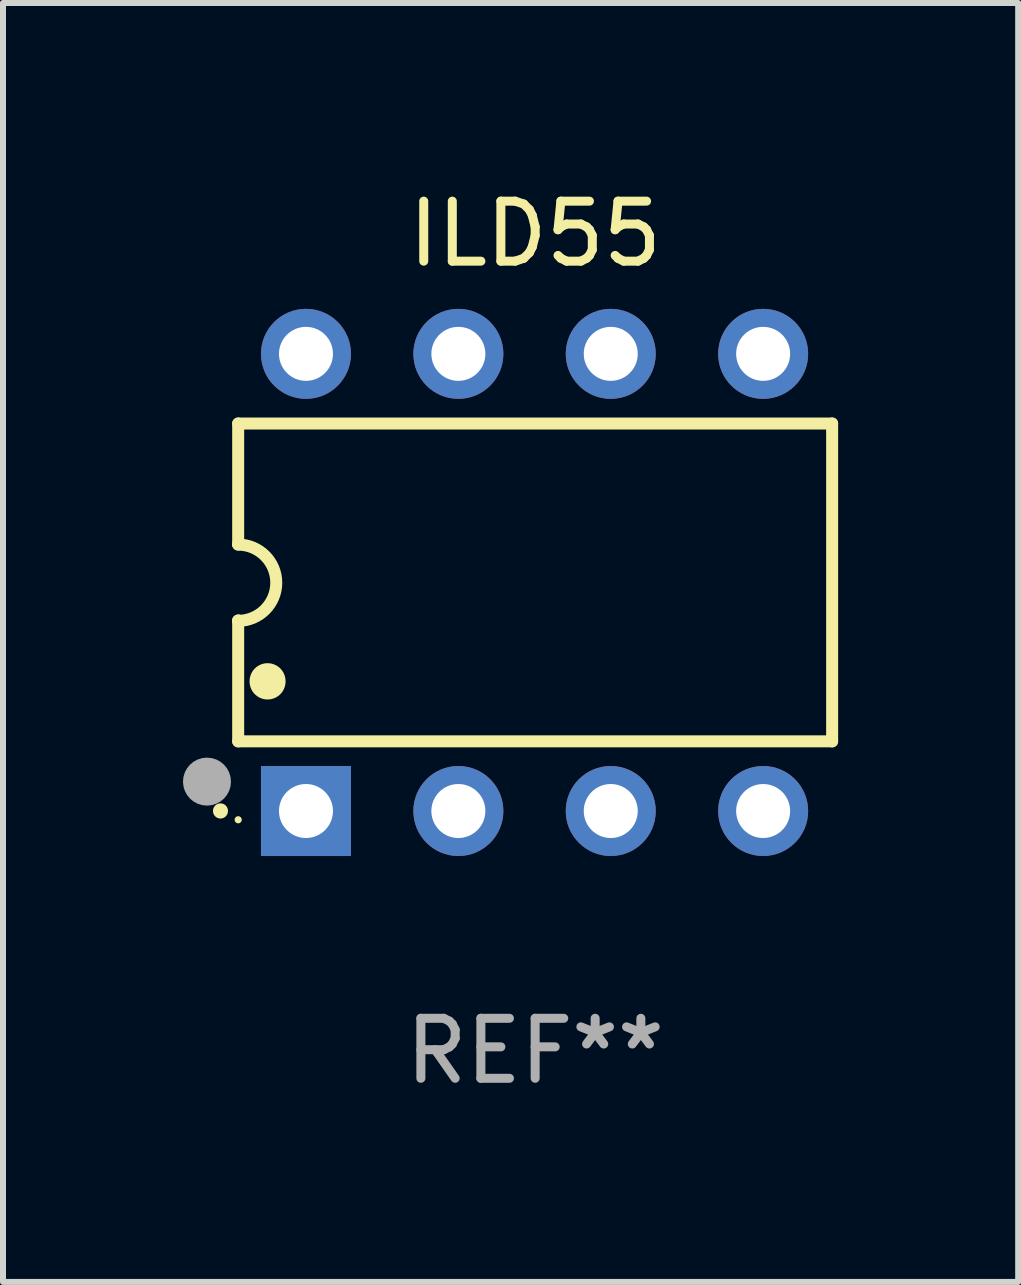
<source format=kicad_pcb>
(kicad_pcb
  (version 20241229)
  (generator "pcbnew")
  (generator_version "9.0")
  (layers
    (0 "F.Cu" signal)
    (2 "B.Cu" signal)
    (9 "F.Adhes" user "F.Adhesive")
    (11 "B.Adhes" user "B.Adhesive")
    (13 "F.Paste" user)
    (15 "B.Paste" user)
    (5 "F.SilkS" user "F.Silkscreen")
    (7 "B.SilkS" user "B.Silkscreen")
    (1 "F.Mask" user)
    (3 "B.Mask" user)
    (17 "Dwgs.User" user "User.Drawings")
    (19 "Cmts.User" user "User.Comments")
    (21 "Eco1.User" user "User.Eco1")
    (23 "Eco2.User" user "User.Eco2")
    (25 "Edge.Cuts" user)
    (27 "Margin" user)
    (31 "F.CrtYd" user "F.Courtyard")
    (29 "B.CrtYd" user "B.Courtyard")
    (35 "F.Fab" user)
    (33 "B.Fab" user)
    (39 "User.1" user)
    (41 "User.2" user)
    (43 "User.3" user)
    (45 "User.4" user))
  (footprint "ILD55"
    (layer "F.Cu")
    (at 5.87 6.658)
    (property "Reference" "ILD55" (at 0 -5.81 0) (layer "F.SilkS") (effects (font (size 1 1) (thickness 0.15))))
    (attr through_hole)
    (fp_line (start -4.95 -2.649) (end 4.95 -2.649) (stroke (width 0.2) (type solid)) (layer "F.SilkS"))
    (fp_line (start -4.95 -0.635) (end -4.95 -2.649) (stroke (width 0.2) (type solid)) (layer "F.SilkS"))
    (fp_line (start -4.95 0.635) (end -4.95 0.64) (stroke (width 0.2) (type solid)) (layer "F.SilkS"))
    (fp_line (start -4.95 2.649) (end -4.95 0.635) (stroke (width 0.2) (type solid)) (layer "F.SilkS"))
    (fp_line (start -4.95 -0.64) (end -4.95 -0.635) (stroke (width 0.2) (type solid)) (layer "F.SilkS"))
    (fp_line (start 4.95 -2.649) (end 4.95 2.649) (stroke (width 0.2) (type solid)) (layer "F.SilkS"))
    (fp_line (start 4.95 2.649) (end -4.95 2.649) (stroke (width 0.2) (type solid)) (layer "F.SilkS"))
    (fp_arc (start -5.24511 3.810008) (mid -5.245117 3.808738) (end -5.24511 3.807468) (stroke (width 0.25) (type solid)) (layer "F.SilkS"))
    (fp_arc (start -4.950165 -0.629997) (mid -4.315164 0.005004) (end -4.950165 0.640005) (stroke (width 0.2) (type solid)) (layer "F.SilkS"))
    (fp_arc (start -4.460249 1.651003) (mid -4.46026 1.648463) (end -4.460249 1.645923) (stroke (width 0.6) (type solid)) (layer "F.SilkS"))
    (fp_circle (center -4.95 3.956) (end -4.92 3.956) (stroke (width 0.06) (type solid)) (fill no) (layer "F.SilkS"))
    (fp_circle (center -5.47 3.32) (end -5.27 3.32) (stroke (width 0.4) (type solid)) (fill no) (layer "F.Fab"))
    (fp_text user "REF**" (at 0 7.81 0) (layer "F.Fab") (effects (font (size 1 1) (thickness 0.15))))
    (pad "1" thru_hole rect (at -3.82 3.81) (size 1.5 1.5) (drill 0.9) (layers "*.Cu" "*.Mask"))
    (pad "2" thru_hole circle (at -1.28 3.81) (size 1.5 1.5) (drill 0.9) (layers "*.Cu" "*.Mask"))
    (pad "3" thru_hole circle (at 1.26 3.81) (size 1.5 1.5) (drill 0.9) (layers "*.Cu" "*.Mask"))
    (pad "4" thru_hole circle (at 3.8 3.81) (size 1.5 1.5) (drill 0.9) (layers "*.Cu" "*.Mask"))
    (pad "5" thru_hole circle (at 3.8 -3.81) (size 1.5 1.5) (drill 0.9) (layers "*.Cu" "*.Mask"))
    (pad "6" thru_hole circle (at 1.26 -3.81) (size 1.5 1.5) (drill 0.9) (layers "*.Cu" "*.Mask"))
    (pad "7" thru_hole circle (at -1.28 -3.81) (size 1.5 1.5) (drill 0.9) (layers "*.Cu" "*.Mask"))
    (pad "8" thru_hole circle (at -3.82 -3.81) (size 1.5 1.5) (drill 0.9) (layers "*.Cu" "*.Mask")))
  (gr_rect
    (start -3 -3)
    (end 13.921 18.317)
    (stroke (width 0.1) (type default))
    (fill no)
    (layer "Edge.Cuts")))
</source>
